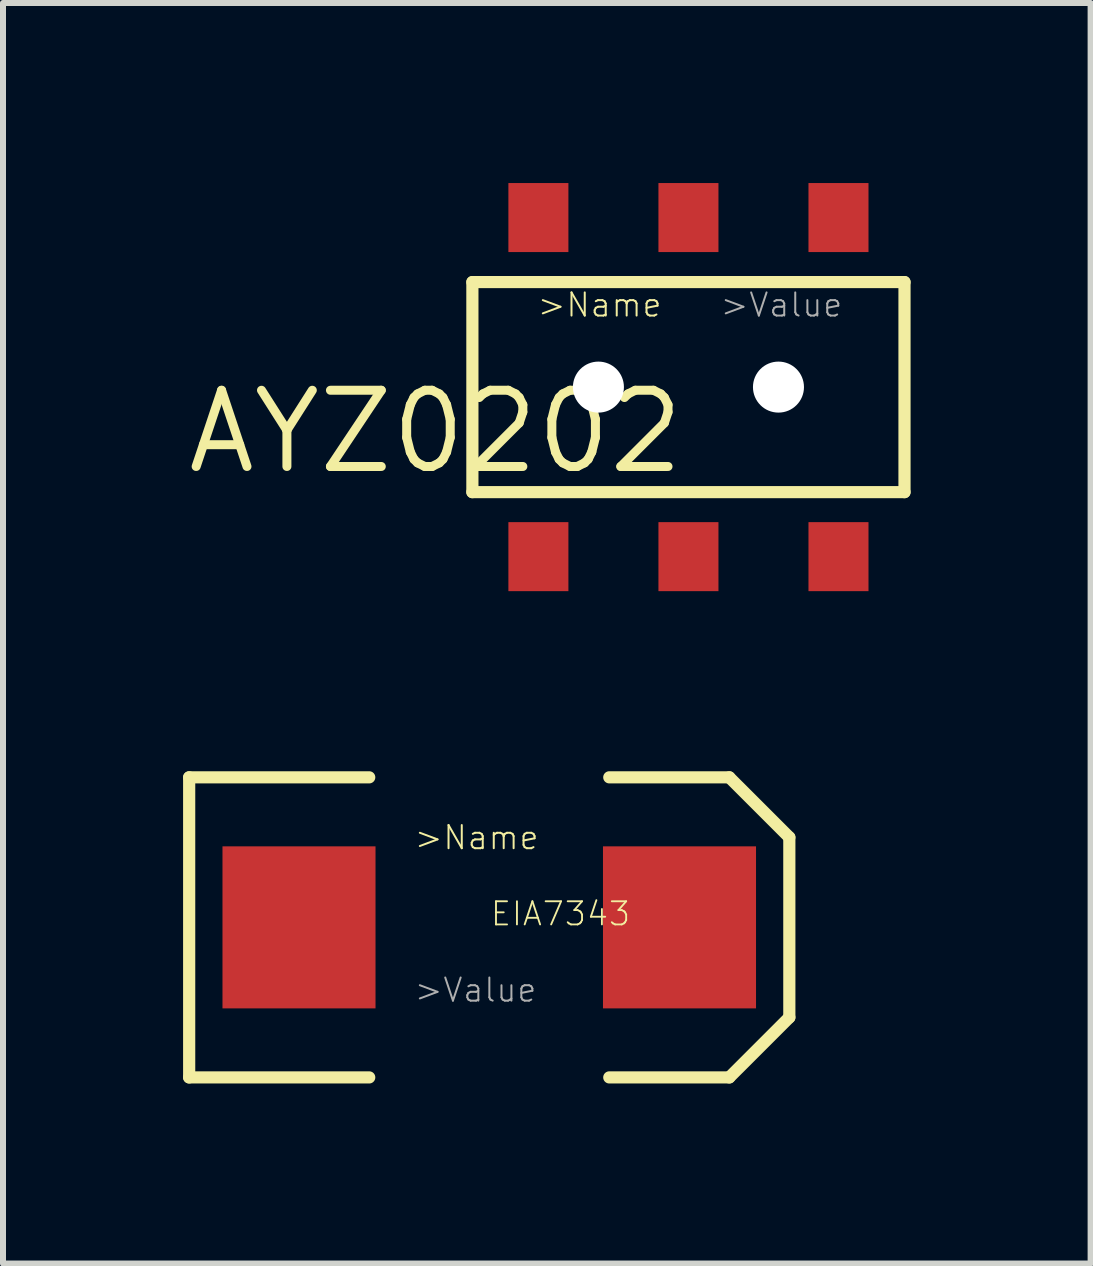
<source format=kicad_pcb>
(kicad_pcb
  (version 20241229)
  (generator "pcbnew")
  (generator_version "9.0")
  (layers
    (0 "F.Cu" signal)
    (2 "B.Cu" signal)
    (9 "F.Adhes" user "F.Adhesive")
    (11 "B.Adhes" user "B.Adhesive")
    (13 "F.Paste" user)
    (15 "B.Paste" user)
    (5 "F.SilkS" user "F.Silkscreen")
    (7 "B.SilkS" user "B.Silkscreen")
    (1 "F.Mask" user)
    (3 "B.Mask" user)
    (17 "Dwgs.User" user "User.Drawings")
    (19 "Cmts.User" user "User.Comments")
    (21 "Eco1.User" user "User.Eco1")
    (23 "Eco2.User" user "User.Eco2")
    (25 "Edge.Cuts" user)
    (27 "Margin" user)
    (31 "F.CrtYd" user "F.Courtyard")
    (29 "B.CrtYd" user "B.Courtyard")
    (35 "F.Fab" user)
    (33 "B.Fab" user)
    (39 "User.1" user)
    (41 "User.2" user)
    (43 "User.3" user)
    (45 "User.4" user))
  (footprint "AYZ0202"
    (layer "F.Cu")
    (at 8.421 3.4)
    (property "Reference" "AYZ0202" (at 0 0 0) (layer "F.SilkS") (effects (font (size 1.27 1.27) (thickness 0.15)) (justify right top)))
    (attr through_hole)
    (fp_line (start -3.6 -1.75) (end -3.6 1.75) (stroke (width 0.203) (type solid)) (layer "F.SilkS"))
    (fp_line (start -3.6 1.75) (end 3.6 1.75) (stroke (width 0.203) (type solid)) (layer "F.SilkS"))
    (fp_line (start 3.6 -1.75) (end -3.6 -1.75) (stroke (width 0.203) (type solid)) (layer "F.SilkS"))
    (fp_line (start 3.6 1.75) (end 3.6 -1.75) (stroke (width 0.203) (type solid)) (layer "F.SilkS"))
    (fp_text user ">Name" (at -2.54 -1.143 0) (layer "F.SilkS") (effects (font (size 0.386 0.386) (thickness 0.033)) (justify left bottom)))
    (fp_text user ">Value" (at 0.508 -1.143 0) (layer "F.Fab") (effects (font (size 0.386 0.386) (thickness 0.033)) (justify left bottom)))
    (pad "" np_thru_hole circle (at -1.5 0) (size 0.85 0.85) (drill 0.85) (layers "*.Cu"))
    (pad "" np_thru_hole circle (at 1.5 0) (size 0.85 0.85) (drill 0.85) (layers "*.Cu"))
    (pad "1" smd rect (at -2.5 -2.825) (size 1 1.15) (layers "F.Cu" "F.Mask" "F.Paste"))
    (pad "2" smd rect (at 0 -2.825) (size 1 1.15) (layers "F.Cu" "F.Mask" "F.Paste"))
    (pad "3" smd rect (at 2.5 -2.825) (size 1 1.15) (layers "F.Cu" "F.Mask" "F.Paste"))
    (pad "4" smd rect (at -2.5 2.825) (size 1 1.15) (layers "F.Cu" "F.Mask" "F.Paste"))
    (pad "5" smd rect (at 0 2.825) (size 1 1.15) (layers "F.Cu" "F.Mask" "F.Paste"))
    (pad "6" smd rect (at 2.5 2.825) (size 1 1.15) (layers "F.Cu" "F.Mask" "F.Paste")))
  (footprint "EIA7343"
    (layer "F.Cu")
    (at 5.102 12.402)
    (property "Reference" "EIA7343" (at 0 0 0) (layer "F.SilkS") (effects (font (size 0.386 0.386) (thickness 0.031)) (justify left bottom)))
    (attr through_hole)
    (fp_line (start -5 -2.5) (end -5 2.5) (stroke (width 0.203) (type solid)) (layer "F.SilkS"))
    (fp_line (start -5 -2.5) (end -2 -2.5) (stroke (width 0.203) (type solid)) (layer "F.SilkS"))
    (fp_line (start -5 2.5) (end -2 2.5) (stroke (width 0.203) (type solid)) (layer "F.SilkS"))
    (fp_line (start 2 -2.5) (end 4 -2.5) (stroke (width 0.203) (type solid)) (layer "F.SilkS"))
    (fp_line (start 4 -2.5) (end 5 -1.5) (stroke (width 0.203) (type solid)) (layer "F.SilkS"))
    (fp_line (start 4 2.5) (end 2 2.5) (stroke (width 0.203) (type solid)) (layer "F.SilkS"))
    (fp_line (start 5 -1.5) (end 5 1.5) (stroke (width 0.203) (type solid)) (layer "F.SilkS"))
    (fp_line (start 5 1.5) (end 4 2.5) (stroke (width 0.203) (type solid)) (layer "F.SilkS"))
    (fp_text user ">Name" (at -1.27 -1.27 0) (layer "F.SilkS") (effects (font (size 0.386 0.386) (thickness 0.033)) (justify left bottom)))
    (fp_text user ">Value" (at -1.27 1.27 0) (layer "F.Fab") (effects (font (size 0.386 0.386) (thickness 0.033)) (justify left bottom)))
    (pad "A" smd rect (at 3.17 0 180) (size 2.55 2.7) (layers "F.Cu" "F.Mask" "F.Paste"))
    (pad "C" smd rect (at -3.17 0 180) (size 2.55 2.7) (layers "F.Cu" "F.Mask" "F.Paste")))
  (gr_rect
    (start -3 -3)
    (end 15.122 18.003)
    (stroke (width 0.1) (type default))
    (fill no)
    (layer "Edge.Cuts")))
</source>
